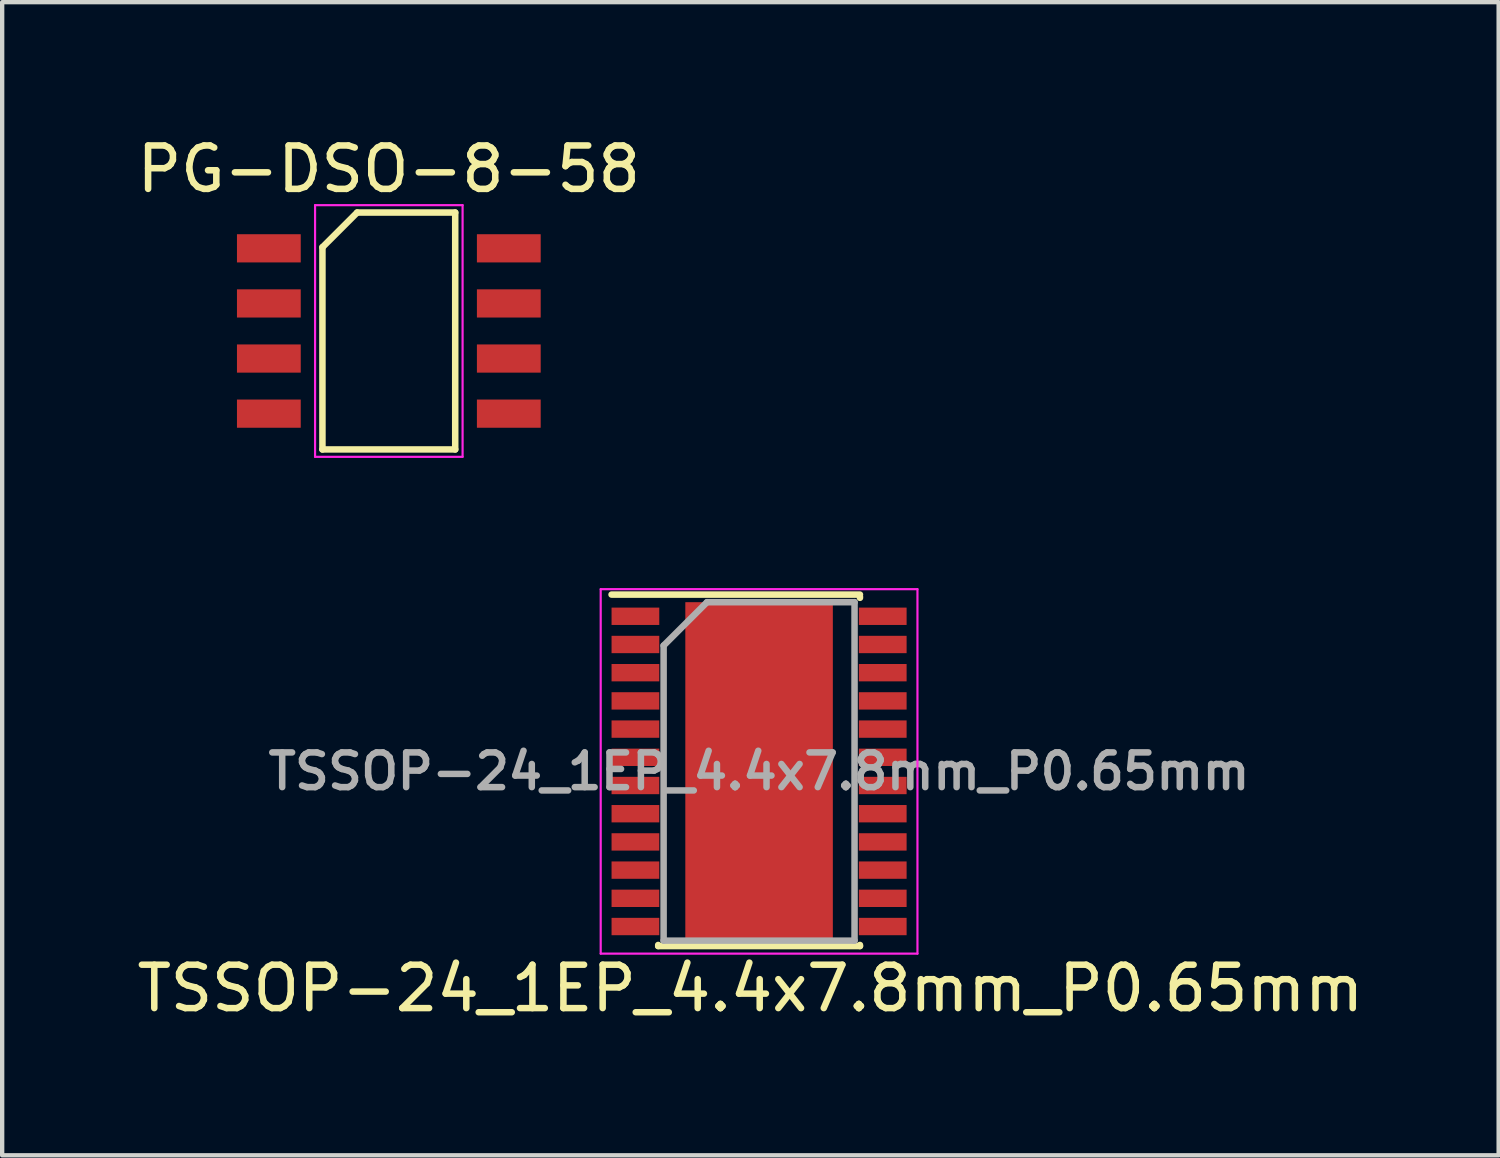
<source format=kicad_pcb>
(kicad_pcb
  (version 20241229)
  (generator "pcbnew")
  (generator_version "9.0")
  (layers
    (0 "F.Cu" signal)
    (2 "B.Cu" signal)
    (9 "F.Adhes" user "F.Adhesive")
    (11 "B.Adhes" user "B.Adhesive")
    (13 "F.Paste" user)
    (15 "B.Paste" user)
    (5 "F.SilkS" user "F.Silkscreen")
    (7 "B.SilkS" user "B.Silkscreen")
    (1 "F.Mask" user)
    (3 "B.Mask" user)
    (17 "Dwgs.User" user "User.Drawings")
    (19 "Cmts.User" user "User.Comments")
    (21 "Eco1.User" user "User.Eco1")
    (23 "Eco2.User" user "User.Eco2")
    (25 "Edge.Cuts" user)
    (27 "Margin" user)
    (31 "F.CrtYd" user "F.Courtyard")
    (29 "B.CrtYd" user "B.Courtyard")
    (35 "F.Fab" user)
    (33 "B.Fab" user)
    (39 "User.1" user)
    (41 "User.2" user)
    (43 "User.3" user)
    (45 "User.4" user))
  (footprint "PG-DSO-8-58"
    (layer "F.Cu")
    (at 5.911 4.597)
    (property "Reference" "PG-DSO-8-58" (at 0 -3.749 0) (layer "F.SilkS") (effects (font (size 1 1) (thickness 0.15))))
    (attr smd)
    (fp_line (start -1.53 -1.949) (end -0.73 -2.749) (stroke (width 0.15) (type solid)) (layer "F.SilkS"))
    (fp_line (start -1.53 2.711) (end -1.53 -1.949) (stroke (width 0.15) (type solid)) (layer "F.SilkS"))
    (fp_line (start -0.73 -2.749) (end 1.53 -2.749) (stroke (width 0.15) (type solid)) (layer "F.SilkS"))
    (fp_line (start 1.53 -2.749) (end 1.53 2.711) (stroke (width 0.15) (type solid)) (layer "F.SilkS"))
    (fp_line (start 1.53 2.711) (end -1.53 2.711) (stroke (width 0.15) (type solid)) (layer "F.SilkS"))
    (fp_line (start -1.7 -2.919) (end 1.7 -2.919) (stroke (width 0.05) (type solid)) (layer "F.CrtYd"))
    (fp_line (start -1.7 2.881) (end -1.7 -2.919) (stroke (width 0.05) (type solid)) (layer "F.CrtYd"))
    (fp_line (start 1.7 -2.919) (end 1.7 2.881) (stroke (width 0.05) (type solid)) (layer "F.CrtYd"))
    (fp_line (start 1.7 2.881) (end -1.7 2.881) (stroke (width 0.05) (type solid)) (layer "F.CrtYd"))
    (pad "1" smd rect (at -2.765 -1.924 270) (size 0.65 1.47) (layers "F.Cu" "F.Mask" "F.Paste"))
    (pad "2" smd rect (at -2.765 -0.654 270) (size 0.65 1.47) (layers "F.Cu" "F.Mask" "F.Paste"))
    (pad "3" smd rect (at -2.765 0.616 270) (size 0.65 1.47) (layers "F.Cu" "F.Mask" "F.Paste"))
    (pad "4" smd rect (at -2.765 1.886 270) (size 0.65 1.47) (layers "F.Cu" "F.Mask" "F.Paste"))
    (pad "5" smd rect (at 2.765 1.886 270) (size 0.65 1.47) (layers "F.Cu" "F.Mask" "F.Paste"))
    (pad "6" smd rect (at 2.765 0.616 270) (size 0.65 1.47) (layers "F.Cu" "F.Mask" "F.Paste"))
    (pad "7" smd rect (at 2.765 -0.654 270) (size 0.65 1.47) (layers "F.Cu" "F.Mask" "F.Paste"))
    (pad "8" smd rect (at 2.765 -1.924 270) (size 0.65 1.47) (layers "F.Cu" "F.Mask" "F.Paste")))
  (footprint "TSSOP-24_1EP_4.4x7.8mm_P0.65mm"
    (layer "F.Cu")
    (at 14.444 14.728)
    (property "Reference" "TSSOP-24_1EP_4.4x7.8mm_P0.65mm" (at -0.2 5 0) (layer "F.SilkS") (effects (font (size 1 1) (thickness 0.15))))
    (attr smd)
    (fp_line (start -3.4 -4.075) (end 2.325 -4.075) (stroke (width 0.15) (type solid)) (layer "F.SilkS"))
    (fp_line (start -2.325 4.025) (end -2.325 4) (stroke (width 0.15) (type solid)) (layer "F.SilkS"))
    (fp_line (start -2.325 4.025) (end 2.325 4.025) (stroke (width 0.15) (type solid)) (layer "F.SilkS"))
    (fp_line (start 2.325 -4.025) (end 2.325 -4) (stroke (width 0.15) (type solid)) (layer "F.SilkS"))
    (fp_line (start 2.325 4.025) (end 2.325 4) (stroke (width 0.15) (type solid)) (layer "F.SilkS"))
    (fp_line (start -3.65 -4.2) (end -3.65 4.2) (stroke (width 0.05) (type solid)) (layer "F.CrtYd"))
    (fp_line (start -3.65 -4.2) (end 3.65 -4.2) (stroke (width 0.05) (type solid)) (layer "F.CrtYd"))
    (fp_line (start -3.65 4.2) (end 3.65 4.2) (stroke (width 0.05) (type solid)) (layer "F.CrtYd"))
    (fp_line (start 3.65 -4.2) (end 3.65 4.2) (stroke (width 0.05) (type solid)) (layer "F.CrtYd"))
    (fp_line (start -2.2 -2.9) (end -1.2 -3.9) (stroke (width 0.15) (type solid)) (layer "F.Fab"))
    (fp_line (start -2.2 3.9) (end -2.2 -2.9) (stroke (width 0.15) (type solid)) (layer "F.Fab"))
    (fp_line (start -1.2 -3.9) (end 2.2 -3.9) (stroke (width 0.15) (type solid)) (layer "F.Fab"))
    (fp_line (start 2.2 -3.9) (end 2.2 3.9) (stroke (width 0.15) (type solid)) (layer "F.Fab"))
    (fp_line (start 2.2 3.9) (end -2.2 3.9) (stroke (width 0.15) (type solid)) (layer "F.Fab"))
    (fp_text user "${REFERENCE}" (at 0 0 0) (layer "F.Fab") (effects (font (size 0.8 0.8) (thickness 0.15))))
    (pad "1" smd rect (at -2.85 -3.575) (size 1.1 0.4) (layers "F.Cu" "F.Mask" "F.Paste"))
    (pad "2" smd rect (at -2.85 -2.925) (size 1.1 0.4) (layers "F.Cu" "F.Mask" "F.Paste"))
    (pad "3" smd rect (at -2.85 -2.275) (size 1.1 0.4) (layers "F.Cu" "F.Mask" "F.Paste"))
    (pad "4" smd rect (at -2.85 -1.625) (size 1.1 0.4) (layers "F.Cu" "F.Mask" "F.Paste"))
    (pad "5" smd rect (at -2.85 -0.975) (size 1.1 0.4) (layers "F.Cu" "F.Mask" "F.Paste"))
    (pad "6" smd rect (at -2.85 -0.325) (size 1.1 0.4) (layers "F.Cu" "F.Mask" "F.Paste"))
    (pad "7" smd rect (at -2.85 0.325) (size 1.1 0.4) (layers "F.Cu" "F.Mask" "F.Paste"))
    (pad "8" smd rect (at -2.85 0.975) (size 1.1 0.4) (layers "F.Cu" "F.Mask" "F.Paste"))
    (pad "9" smd rect (at -2.85 1.625) (size 1.1 0.4) (layers "F.Cu" "F.Mask" "F.Paste"))
    (pad "10" smd rect (at -2.85 2.275) (size 1.1 0.4) (layers "F.Cu" "F.Mask" "F.Paste"))
    (pad "11" smd rect (at -2.85 2.925) (size 1.1 0.4) (layers "F.Cu" "F.Mask" "F.Paste"))
    (pad "12" smd rect (at -2.85 3.575) (size 1.1 0.4) (layers "F.Cu" "F.Mask" "F.Paste"))
    (pad "13" smd rect (at 2.85 3.575) (size 1.1 0.4) (layers "F.Cu" "F.Mask" "F.Paste"))
    (pad "14" smd rect (at 2.85 2.925) (size 1.1 0.4) (layers "F.Cu" "F.Mask" "F.Paste"))
    (pad "15" smd rect (at 2.85 2.275) (size 1.1 0.4) (layers "F.Cu" "F.Mask" "F.Paste"))
    (pad "16" smd rect (at 2.85 1.625) (size 1.1 0.4) (layers "F.Cu" "F.Mask" "F.Paste"))
    (pad "17" smd rect (at 2.85 0.975) (size 1.1 0.4) (layers "F.Cu" "F.Mask" "F.Paste"))
    (pad "18" smd rect (at 2.85 0.325) (size 1.1 0.4) (layers "F.Cu" "F.Mask" "F.Paste"))
    (pad "19" smd rect (at 2.85 -0.325) (size 1.1 0.4) (layers "F.Cu" "F.Mask" "F.Paste"))
    (pad "20" smd rect (at 2.85 -0.975) (size 1.1 0.4) (layers "F.Cu" "F.Mask" "F.Paste"))
    (pad "21" smd rect (at 2.85 -1.625) (size 1.1 0.4) (layers "F.Cu" "F.Mask" "F.Paste"))
    (pad "22" smd rect (at 2.85 -2.275) (size 1.1 0.4) (layers "F.Cu" "F.Mask" "F.Paste"))
    (pad "23" smd rect (at 2.85 -2.925) (size 1.1 0.4) (layers "F.Cu" "F.Mask" "F.Paste"))
    (pad "24" smd rect (at 2.85 -3.575) (size 1.1 0.4) (layers "F.Cu" "F.Mask" "F.Paste"))
    (pad "25" smd rect (at 0 0) (size 2.4 5.16) (layers "F.Cu" "F.Mask" "F.Paste"))
    (pad "25" smd rect (at 0 0) (size 3.4 7.8) (layers "F.Cu")))
  (gr_rect
    (start -3 -3)
    (end 31.488 23.576)
    (stroke (width 0.1) (type default))
    (fill no)
    (layer "Edge.Cuts")))
</source>
